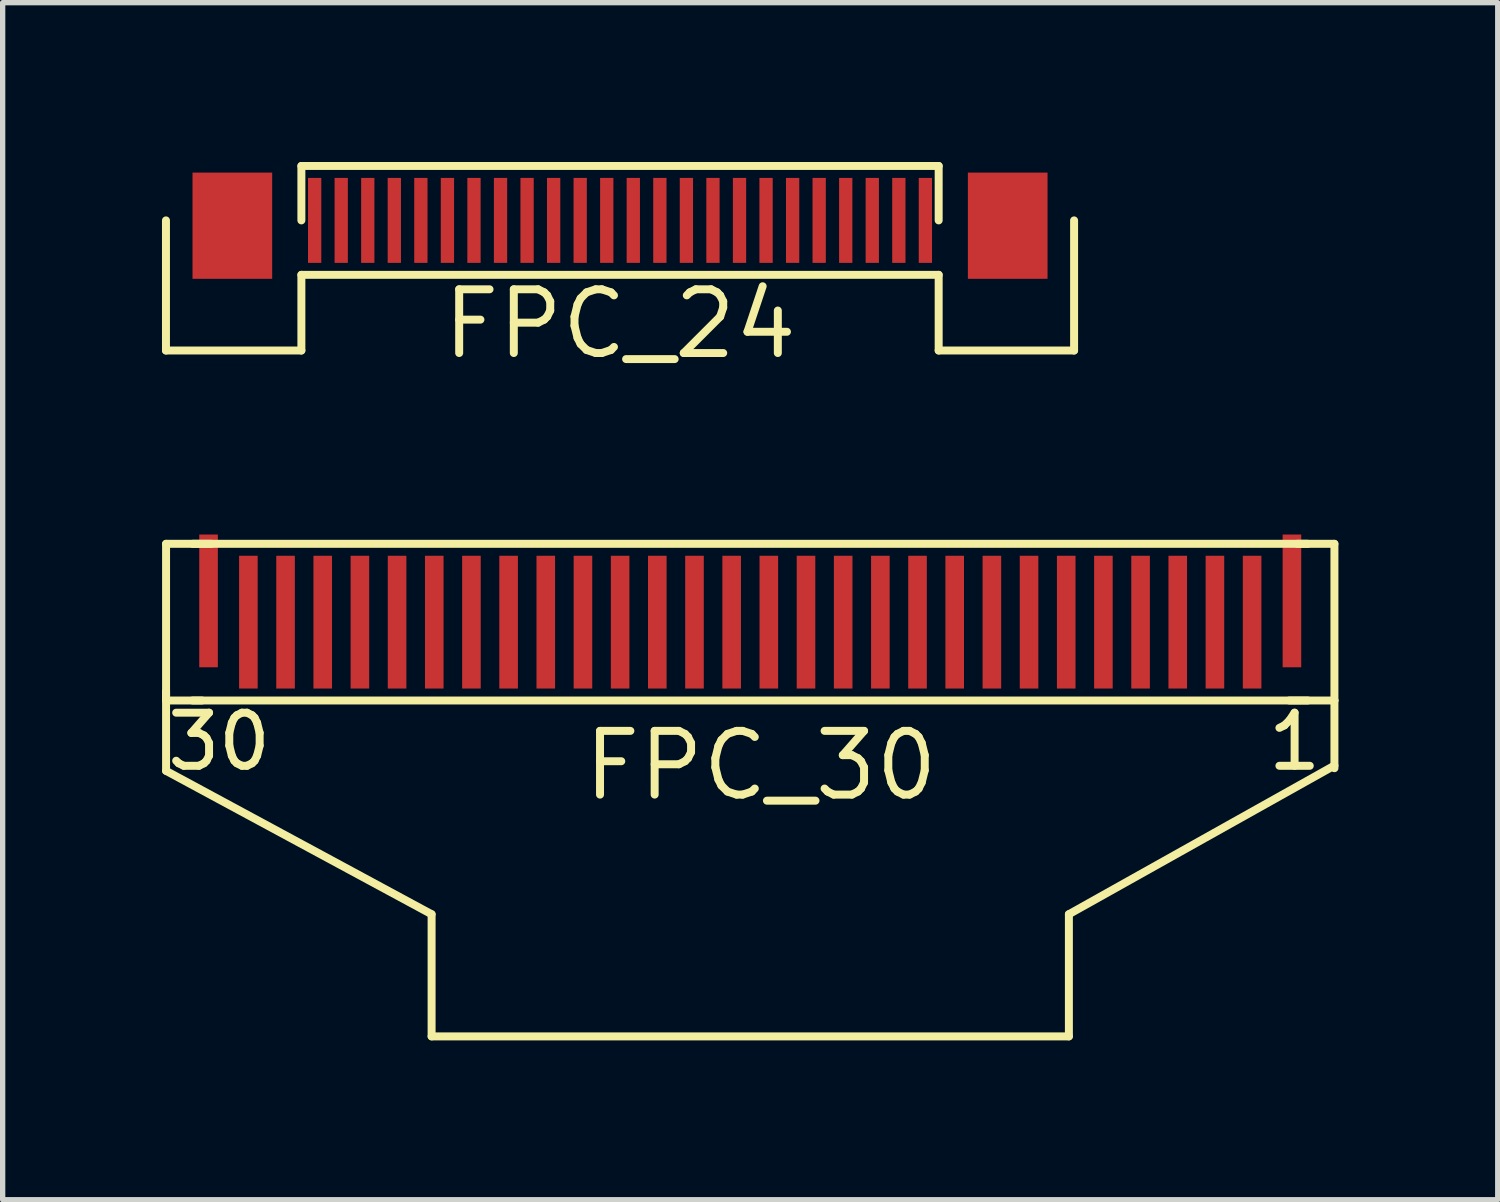
<source format=kicad_pcb>
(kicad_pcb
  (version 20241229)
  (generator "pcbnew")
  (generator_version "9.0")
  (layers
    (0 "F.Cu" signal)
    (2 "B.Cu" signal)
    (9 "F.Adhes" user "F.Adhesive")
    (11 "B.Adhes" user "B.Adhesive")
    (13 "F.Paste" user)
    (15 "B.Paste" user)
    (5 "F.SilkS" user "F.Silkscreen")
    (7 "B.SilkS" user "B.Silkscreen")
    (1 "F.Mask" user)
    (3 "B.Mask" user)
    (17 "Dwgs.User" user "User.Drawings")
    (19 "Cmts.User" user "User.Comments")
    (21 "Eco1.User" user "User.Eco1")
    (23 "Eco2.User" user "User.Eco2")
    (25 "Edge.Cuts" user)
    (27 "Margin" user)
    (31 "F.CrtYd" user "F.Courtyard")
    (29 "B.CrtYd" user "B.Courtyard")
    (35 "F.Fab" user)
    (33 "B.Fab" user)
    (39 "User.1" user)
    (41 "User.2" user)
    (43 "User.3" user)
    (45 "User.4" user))
  (footprint "FPC_24"
    (layer "F.Cu")
    (at 8.625 1.1)
    (property "Reference" "FPC_24" (at 0 1.95 0) (layer "F.SilkS") (effects (font (size 1.2 1.2) (thickness 0.15))))
    (attr through_hole)
    (fp_line (start -8.55 2.45) (end -8.55 0) (stroke (width 0.15) (type solid)) (layer "F.SilkS"))
    (fp_line (start -6 -1.025) (end 6 -1.025) (stroke (width 0.15) (type solid)) (layer "F.SilkS"))
    (fp_line (start -6 0) (end -6 -1.025) (stroke (width 0.15) (type solid)) (layer "F.SilkS"))
    (fp_line (start -6 1.025) (end -6 2.45) (stroke (width 0.15) (type solid)) (layer "F.SilkS"))
    (fp_line (start -6 1.025) (end 6 1.025) (stroke (width 0.15) (type solid)) (layer "F.SilkS"))
    (fp_line (start -6 2.45) (end -8.55 2.45) (stroke (width 0.15) (type solid)) (layer "F.SilkS"))
    (fp_line (start 6 0) (end 6 -1.025) (stroke (width 0.15) (type solid)) (layer "F.SilkS"))
    (fp_line (start 6 1.025) (end 6 2.45) (stroke (width 0.15) (type solid)) (layer "F.SilkS"))
    (fp_line (start 6 2.45) (end 8.55 2.45) (stroke (width 0.15) (type solid)) (layer "F.SilkS"))
    (fp_line (start 8.55 2.45) (end 8.55 0) (stroke (width 0.15) (type solid)) (layer "F.SilkS"))
    (pad "0" smd rect (at -7.3 0.1) (size 1.5 2) (layers "F.Cu" "F.Mask" "F.Paste"))
    (pad "0" smd rect (at 7.3 0.1) (size 1.5 2) (layers "F.Cu" "F.Mask" "F.Paste"))
    (pad "1" smd rect (at -5.75 0) (size 0.25 1.6) (layers "F.Cu" "F.Mask" "F.Paste"))
    (pad "2" smd rect (at -5.25 0) (size 0.25 1.6) (layers "F.Cu" "F.Mask" "F.Paste"))
    (pad "3" smd rect (at -4.75 0) (size 0.25 1.6) (layers "F.Cu" "F.Mask" "F.Paste"))
    (pad "4" smd rect (at -4.25 0) (size 0.25 1.6) (layers "F.Cu" "F.Mask" "F.Paste"))
    (pad "5" smd rect (at -3.75 0) (size 0.25 1.6) (layers "F.Cu" "F.Mask" "F.Paste"))
    (pad "6" smd rect (at -3.25 0) (size 0.25 1.6) (layers "F.Cu" "F.Mask" "F.Paste"))
    (pad "7" smd rect (at -2.75 0) (size 0.25 1.6) (layers "F.Cu" "F.Mask" "F.Paste"))
    (pad "8" smd rect (at -2.25 0) (size 0.25 1.6) (layers "F.Cu" "F.Mask" "F.Paste"))
    (pad "9" smd rect (at -1.75 0) (size 0.25 1.6) (layers "F.Cu" "F.Mask" "F.Paste"))
    (pad "10" smd rect (at -1.25 0) (size 0.25 1.6) (layers "F.Cu" "F.Mask" "F.Paste"))
    (pad "11" smd rect (at -0.75 0) (size 0.25 1.6) (layers "F.Cu" "F.Mask" "F.Paste"))
    (pad "12" smd rect (at -0.25 0) (size 0.25 1.6) (layers "F.Cu" "F.Mask" "F.Paste"))
    (pad "13" smd rect (at 0.25 0) (size 0.25 1.6) (layers "F.Cu" "F.Mask" "F.Paste"))
    (pad "14" smd rect (at 0.75 0) (size 0.25 1.6) (layers "F.Cu" "F.Mask" "F.Paste"))
    (pad "15" smd rect (at 1.25 0) (size 0.25 1.6) (layers "F.Cu" "F.Mask" "F.Paste"))
    (pad "16" smd rect (at 1.75 0) (size 0.25 1.6) (layers "F.Cu" "F.Mask" "F.Paste"))
    (pad "17" smd rect (at 2.25 0) (size 0.25 1.6) (layers "F.Cu" "F.Mask" "F.Paste"))
    (pad "18" smd rect (at 2.75 0) (size 0.25 1.6) (layers "F.Cu" "F.Mask" "F.Paste"))
    (pad "19" smd rect (at 3.25 0) (size 0.25 1.6) (layers "F.Cu" "F.Mask" "F.Paste"))
    (pad "20" smd rect (at 3.75 0) (size 0.25 1.6) (layers "F.Cu" "F.Mask" "F.Paste"))
    (pad "21" smd rect (at 4.25 0) (size 0.25 1.6) (layers "F.Cu" "F.Mask" "F.Paste"))
    (pad "22" smd rect (at 4.75 0) (size 0.25 1.6) (layers "F.Cu" "F.Mask" "F.Paste"))
    (pad "23" smd rect (at 5.25 0) (size 0.25 1.6) (layers "F.Cu" "F.Mask" "F.Paste"))
    (pad "24" smd rect (at 5.75 0) (size 0.25 1.6) (layers "F.Cu" "F.Mask" "F.Paste")))
  (footprint "FPC_30"
    (layer "F.Cu")
    (at 11.077 8.665)
    (property "Reference" "FPC_30" (at 0.2 2.7 0) (layer "F.SilkS") (effects (font (size 1.2 1.2) (thickness 0.15))))
    (attr through_hole)
    (fp_line (start -11 -1.475) (end -11 1.45) (stroke (width 0.15) (type solid)) (layer "F.SilkS"))
    (fp_line (start -11 1.45) (end -11 1.475) (stroke (width 0.15) (type solid)) (layer "F.SilkS"))
    (fp_line (start -11 1.475) (end -10.325 1.475) (stroke (width 0.15) (type solid)) (layer "F.SilkS"))
    (fp_line (start -11 2.8) (end -11 1.3) (stroke (width 0.15) (type solid)) (layer "F.SilkS"))
    (fp_line (start -10.5 -1.475) (end 10.5 -1.475) (stroke (width 0.15) (type solid)) (layer "F.SilkS"))
    (fp_line (start -10.5 1.475) (end 10.5 1.475) (stroke (width 0.15) (type solid)) (layer "F.SilkS"))
    (fp_line (start -10.15 -1.475) (end -11 -1.475) (stroke (width 0.15) (type solid)) (layer "F.SilkS"))
    (fp_line (start -6 5.5) (end -11 2.8) (stroke (width 0.15) (type solid)) (layer "F.SilkS"))
    (fp_line (start -6 5.5) (end -6 7.8) (stroke (width 0.15) (type solid)) (layer "F.SilkS"))
    (fp_line (start 6 5.5) (end 6 7.8) (stroke (width 0.15) (type solid)) (layer "F.SilkS"))
    (fp_line (start 6 5.5) (end 11 2.7) (stroke (width 0.15) (type solid)) (layer "F.SilkS"))
    (fp_line (start 6 7.8) (end -6 7.8) (stroke (width 0.15) (type solid)) (layer "F.SilkS"))
    (fp_line (start 10.15 1.475) (end 11 1.475) (stroke (width 0.15) (type solid)) (layer "F.SilkS"))
    (fp_line (start 11 -1.475) (end 10.3 -1.475) (stroke (width 0.15) (type solid)) (layer "F.SilkS"))
    (fp_line (start 11 1.475) (end 11 -1.475) (stroke (width 0.15) (type solid)) (layer "F.SilkS"))
    (fp_line (start 11 1.475) (end 11 2.75) (stroke (width 0.15) (type solid)) (layer "F.SilkS"))
    (fp_text user "30" (at -10 2.25 0) (layer "F.SilkS") (effects (font (size 1 1) (thickness 0.15))))
    (fp_text user "1" (at 10.25 2.25 0) (layer "F.SilkS") (effects (font (size 1 1) (thickness 0.15))))
    (pad "0" smd rect (at -10.15 0) (size 0.001 0.001) (layers "F.Cu" "F.Mask" "F.Paste"))
    (pad "0" smd rect (at 10.15 0) (size 0.001 0.001) (layers "F.Cu" "F.Mask" "F.Paste"))
    (pad "1" smd rect (at 10.2 -0.4) (size 0.35 2.5) (layers "F.Cu" "F.Mask" "F.Paste"))
    (pad "2" smd rect (at 9.45 0) (size 0.35 2.5) (layers "F.Cu" "F.Mask" "F.Paste"))
    (pad "3" smd rect (at 8.75 0) (size 0.35 2.5) (layers "F.Cu" "F.Mask" "F.Paste"))
    (pad "4" smd rect (at 8.05 0) (size 0.35 2.5) (layers "F.Cu" "F.Mask" "F.Paste"))
    (pad "5" smd rect (at 7.35 0) (size 0.35 2.5) (layers "F.Cu" "F.Mask" "F.Paste"))
    (pad "6" smd rect (at 6.65 0) (size 0.35 2.5) (layers "F.Cu" "F.Mask" "F.Paste"))
    (pad "7" smd rect (at 5.95 0) (size 0.35 2.5) (layers "F.Cu" "F.Mask" "F.Paste"))
    (pad "8" smd rect (at 5.25 0) (size 0.35 2.5) (layers "F.Cu" "F.Mask" "F.Paste"))
    (pad "9" smd rect (at 4.55 0) (size 0.35 2.5) (layers "F.Cu" "F.Mask" "F.Paste"))
    (pad "10" smd rect (at 3.85 0) (size 0.35 2.5) (layers "F.Cu" "F.Mask" "F.Paste"))
    (pad "11" smd rect (at 3.15 0) (size 0.35 2.5) (layers "F.Cu" "F.Mask" "F.Paste"))
    (pad "12" smd rect (at 2.45 0) (size 0.35 2.5) (layers "F.Cu" "F.Mask" "F.Paste"))
    (pad "13" smd rect (at 1.75 0) (size 0.35 2.5) (layers "F.Cu" "F.Mask" "F.Paste"))
    (pad "14" smd rect (at 1.05 0) (size 0.35 2.5) (layers "F.Cu" "F.Mask" "F.Paste"))
    (pad "15" smd rect (at 0.35 0) (size 0.35 2.5) (layers "F.Cu" "F.Mask" "F.Paste"))
    (pad "16" smd rect (at -0.35 0) (size 0.35 2.5) (layers "F.Cu" "F.Mask" "F.Paste"))
    (pad "17" smd rect (at -1.05 0) (size 0.35 2.5) (layers "F.Cu" "F.Mask" "F.Paste"))
    (pad "18" smd rect (at -1.75 0) (size 0.35 2.5) (layers "F.Cu" "F.Mask" "F.Paste"))
    (pad "19" smd rect (at -2.45 0) (size 0.35 2.5) (layers "F.Cu" "F.Mask" "F.Paste"))
    (pad "20" smd rect (at -3.15 0) (size 0.35 2.5) (layers "F.Cu" "F.Mask" "F.Paste"))
    (pad "21" smd rect (at -3.85 0) (size 0.35 2.5) (layers "F.Cu" "F.Mask" "F.Paste"))
    (pad "22" smd rect (at -4.55 0) (size 0.35 2.5) (layers "F.Cu" "F.Mask" "F.Paste"))
    (pad "23" smd rect (at -5.25 0) (size 0.35 2.5) (layers "F.Cu" "F.Mask" "F.Paste"))
    (pad "24" smd rect (at -5.95 0) (size 0.35 2.5) (layers "F.Cu" "F.Mask" "F.Paste"))
    (pad "25" smd rect (at -6.65 0) (size 0.35 2.5) (layers "F.Cu" "F.Mask" "F.Paste"))
    (pad "26" smd rect (at -7.35 0) (size 0.35 2.5) (layers "F.Cu" "F.Mask" "F.Paste"))
    (pad "27" smd rect (at -8.05 0) (size 0.35 2.5) (layers "F.Cu" "F.Mask" "F.Paste"))
    (pad "28" smd rect (at -8.75 0) (size 0.35 2.5) (layers "F.Cu" "F.Mask" "F.Paste"))
    (pad "29" smd rect (at -9.45 0) (size 0.35 2.5) (layers "F.Cu" "F.Mask" "F.Paste"))
    (pad "30" smd rect (at -10.2 -0.4) (size 0.35 2.5) (layers "F.Cu" "F.Mask" "F.Paste")))
  (gr_rect
    (start -3 -3)
    (end 25.152 19.54)
    (stroke (width 0.1) (type default))
    (fill no)
    (layer "Edge.Cuts")))
</source>
